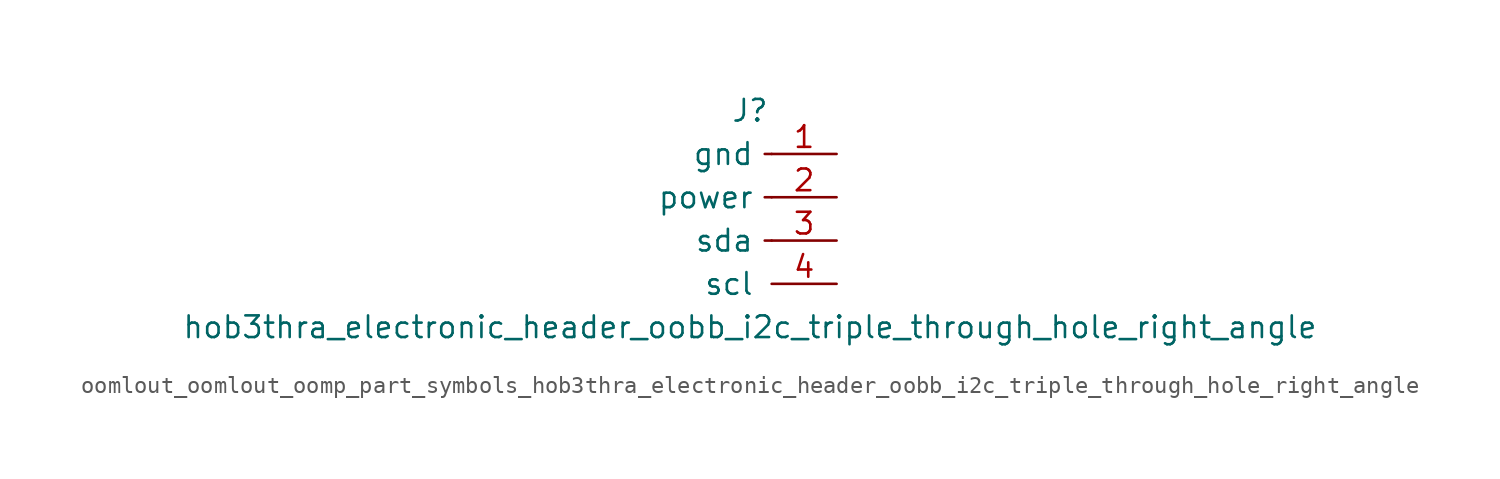
<source format=kicad_sym>
(kicad_symbol_lib
  (version 20220914)
  (generator kicad_symbol_editor)
  (symbol "oomlout_oomlout_oomp_part_symbols_hob3thra_electronic_header_oobb_i2c_triple_through_hole_right_angle"
    (pin_names
      (offset 1.016))
    (property "Reference" "J"
      (at 0 5.08 0)
      (effects (font (size 1.27 1.27))))
    (property "Value" "hob3thra_electronic_header_oobb_i2c_triple_through_hole_right_angle"
      (at 0 -7.62 0)
      (effects (font (size 1.27 1.27))))
    (symbol "oomlout_oomlout_oomp_part_symbols_hob3thra_electronic_header_oobb_i2c_triple_through_hole_right_angle_0_0"
      (text "" (at 2.54 -2.54 0) (effects (font (size 1.27 1.27)))))
    (symbol "oomlout_oomlout_oomp_part_symbols_hob3thra_electronic_header_oobb_i2c_triple_through_hole_right_angle_1_1"
      (polyline (pts (xy 1.27 -2.54) (xy 0.864 -2.54)) (stroke (width 0.152) (type default)) (fill (type none)))
      (polyline (pts (xy 1.27 0) (xy 0.864 0)) (stroke (width 0.152) (type default)) (fill (type none)))
      (polyline (pts (xy 1.27 2.54) (xy 0.864 2.54)) (stroke (width 0.152) (type default)) (fill (type none)))
      (pin passive line (at 5.08 2.54 180) (length 3.81) (name "gnd" (effects (font (size 1.27 1.27)))) (number "1" (effects (font (size 1.27 1.27)))))
      (pin passive line (at 5.08 0 180) (length 3.81) (name "power" (effects (font (size 1.27 1.27)))) (number "2" (effects (font (size 1.27 1.27)))))
      (pin passive line (at 5.08 -2.54 180) (length 3.81) (name "sda" (effects (font (size 1.27 1.27)))) (number "3" (effects (font (size 1.27 1.27)))))
      (pin passive line (at 5.08 -5.08 180) (length 3.81) (name "scl" (effects (font (size 1.27 1.27)))) (number "4" (effects (font (size 1.27 1.27))))))))
</source>
